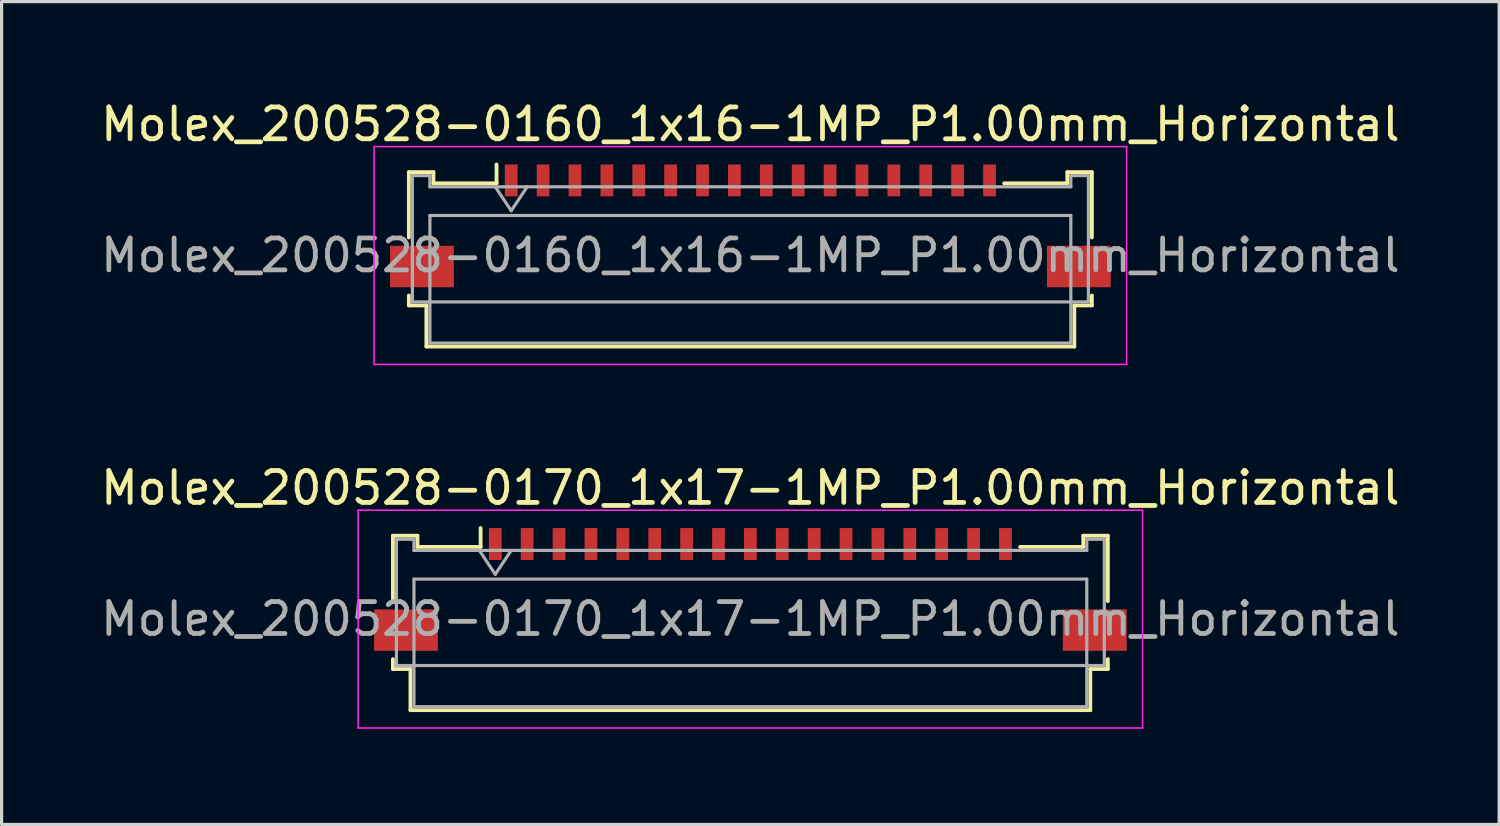
<source format=kicad_pcb>
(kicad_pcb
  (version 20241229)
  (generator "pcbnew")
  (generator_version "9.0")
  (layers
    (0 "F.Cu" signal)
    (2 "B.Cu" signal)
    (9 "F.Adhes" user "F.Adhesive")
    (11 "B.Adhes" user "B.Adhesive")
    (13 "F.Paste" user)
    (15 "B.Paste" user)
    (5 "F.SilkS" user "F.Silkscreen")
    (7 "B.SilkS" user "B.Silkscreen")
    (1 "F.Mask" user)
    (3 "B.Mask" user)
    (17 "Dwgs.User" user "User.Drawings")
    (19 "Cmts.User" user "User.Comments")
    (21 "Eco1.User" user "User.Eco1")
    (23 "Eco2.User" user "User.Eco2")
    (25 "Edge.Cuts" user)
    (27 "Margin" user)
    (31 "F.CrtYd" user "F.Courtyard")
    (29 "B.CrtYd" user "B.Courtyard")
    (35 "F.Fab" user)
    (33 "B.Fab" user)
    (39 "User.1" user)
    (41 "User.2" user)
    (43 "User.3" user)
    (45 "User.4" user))
  (footprint "Molex_200528-0170_1x17-1MP_P1.00mm_Horizontal"
    (layer "F.Cu")
    (at 20.482 14.921)
    (property "Reference" "Molex_200528-0170_1x17-1MP_P1.00mm_Horizontal" (at 0 -2.67 0) (layer "F.SilkS") (effects (font (size 1 1) (thickness 0.15))))
    (attr smd)
    (fp_line (start -11.21 -1.17) (end -11.21 0.88) (stroke (width 0.12) (type solid)) (layer "F.SilkS"))
    (fp_line (start -11.21 2.7) (end -11.21 3.01) (stroke (width 0.12) (type solid)) (layer "F.SilkS"))
    (fp_line (start -11.21 3.01) (end -10.66 3.01) (stroke (width 0.12) (type solid)) (layer "F.SilkS"))
    (fp_line (start -10.66 3.01) (end -10.66 4.3) (stroke (width 0.12) (type solid)) (layer "F.SilkS"))
    (fp_line (start -10.66 4.3) (end 10.66 4.3) (stroke (width 0.12) (type solid)) (layer "F.SilkS"))
    (fp_line (start -10.44 -1.17) (end -11.21 -1.17) (stroke (width 0.12) (type solid)) (layer "F.SilkS"))
    (fp_line (start -10.44 -0.82) (end -10.44 -1.17) (stroke (width 0.12) (type solid)) (layer "F.SilkS"))
    (fp_line (start -8.46 -1.41) (end -8.46 -0.82) (stroke (width 0.12) (type solid)) (layer "F.SilkS"))
    (fp_line (start -8.46 -0.82) (end -10.44 -0.82) (stroke (width 0.12) (type solid)) (layer "F.SilkS"))
    (fp_line (start 10.44 -1.17) (end 10.44 -0.82) (stroke (width 0.12) (type solid)) (layer "F.SilkS"))
    (fp_line (start 10.44 -0.82) (end 8.46 -0.82) (stroke (width 0.12) (type solid)) (layer "F.SilkS"))
    (fp_line (start 10.66 3.01) (end 11.21 3.01) (stroke (width 0.12) (type solid)) (layer "F.SilkS"))
    (fp_line (start 10.66 4.3) (end 10.66 3.01) (stroke (width 0.12) (type solid)) (layer "F.SilkS"))
    (fp_line (start 11.21 -1.17) (end 10.44 -1.17) (stroke (width 0.12) (type solid)) (layer "F.SilkS"))
    (fp_line (start 11.21 0.88) (end 11.21 -1.17) (stroke (width 0.12) (type solid)) (layer "F.SilkS"))
    (fp_line (start 11.21 3.01) (end 11.21 2.7) (stroke (width 0.12) (type solid)) (layer "F.SilkS"))
    (fp_line (start -12.3 -1.97) (end -12.3 4.86) (stroke (width 0.05) (type solid)) (layer "F.CrtYd"))
    (fp_line (start -12.3 4.86) (end 12.3 4.86) (stroke (width 0.05) (type solid)) (layer "F.CrtYd"))
    (fp_line (start 12.3 -1.97) (end -12.3 -1.97) (stroke (width 0.05) (type solid)) (layer "F.CrtYd"))
    (fp_line (start 12.3 4.86) (end 12.3 -1.97) (stroke (width 0.05) (type solid)) (layer "F.CrtYd"))
    (fp_line (start -11.1 -1.06) (end -11.1 2.9) (stroke (width 0.1) (type solid)) (layer "F.Fab"))
    (fp_line (start -11.1 2.9) (end 11.1 2.9) (stroke (width 0.1) (type solid)) (layer "F.Fab"))
    (fp_line (start -10.55 -1.06) (end -11.1 -1.06) (stroke (width 0.1) (type solid)) (layer "F.Fab"))
    (fp_line (start -10.55 -0.71) (end -10.55 -1.06) (stroke (width 0.1) (type solid)) (layer "F.Fab"))
    (fp_line (start -10.55 0.19) (end -10.55 4.19) (stroke (width 0.1) (type solid)) (layer "F.Fab"))
    (fp_line (start -10.55 4.19) (end 10.55 4.19) (stroke (width 0.1) (type solid)) (layer "F.Fab"))
    (fp_line (start -8.5 -0.71) (end -8 0.04) (stroke (width 0.1) (type solid)) (layer "F.Fab"))
    (fp_line (start -8 0.04) (end -7.5 -0.71) (stroke (width 0.1) (type solid)) (layer "F.Fab"))
    (fp_line (start 10.55 -1.06) (end 10.55 -0.71) (stroke (width 0.1) (type solid)) (layer "F.Fab"))
    (fp_line (start 10.55 -0.71) (end -10.55 -0.71) (stroke (width 0.1) (type solid)) (layer "F.Fab"))
    (fp_line (start 10.55 0.19) (end -10.55 0.19) (stroke (width 0.1) (type solid)) (layer "F.Fab"))
    (fp_line (start 10.55 4.19) (end 10.55 0.19) (stroke (width 0.1) (type solid)) (layer "F.Fab"))
    (fp_line (start 11.1 -1.06) (end 10.55 -1.06) (stroke (width 0.1) (type solid)) (layer "F.Fab"))
    (fp_line (start 11.1 2.9) (end 11.1 -1.06) (stroke (width 0.1) (type solid)) (layer "F.Fab"))
    (fp_text user "${REFERENCE}" (at 0 1.44 0) (layer "F.Fab") (effects (font (size 1 1) (thickness 0.15))))
    (pad "1" smd rect (at -8 -0.91) (size 0.4 1) (layers "F.Cu" "F.Mask" "F.Paste"))
    (pad "2" smd rect (at -7 -0.91) (size 0.4 1) (layers "F.Cu" "F.Mask" "F.Paste"))
    (pad "3" smd rect (at -6 -0.91) (size 0.4 1) (layers "F.Cu" "F.Mask" "F.Paste"))
    (pad "4" smd rect (at -5 -0.91) (size 0.4 1) (layers "F.Cu" "F.Mask" "F.Paste"))
    (pad "5" smd rect (at -4 -0.91) (size 0.4 1) (layers "F.Cu" "F.Mask" "F.Paste"))
    (pad "6" smd rect (at -3 -0.91) (size 0.4 1) (layers "F.Cu" "F.Mask" "F.Paste"))
    (pad "7" smd rect (at -2 -0.91) (size 0.4 1) (layers "F.Cu" "F.Mask" "F.Paste"))
    (pad "8" smd rect (at -1 -0.91) (size 0.4 1) (layers "F.Cu" "F.Mask" "F.Paste"))
    (pad "9" smd rect (at 0 -0.91) (size 0.4 1) (layers "F.Cu" "F.Mask" "F.Paste"))
    (pad "10" smd rect (at 1 -0.91) (size 0.4 1) (layers "F.Cu" "F.Mask" "F.Paste"))
    (pad "11" smd rect (at 2 -0.91) (size 0.4 1) (layers "F.Cu" "F.Mask" "F.Paste"))
    (pad "12" smd rect (at 3 -0.91) (size 0.4 1) (layers "F.Cu" "F.Mask" "F.Paste"))
    (pad "13" smd rect (at 4 -0.91) (size 0.4 1) (layers "F.Cu" "F.Mask" "F.Paste"))
    (pad "14" smd rect (at 5 -0.91) (size 0.4 1) (layers "F.Cu" "F.Mask" "F.Paste"))
    (pad "15" smd rect (at 6 -0.91) (size 0.4 1) (layers "F.Cu" "F.Mask" "F.Paste"))
    (pad "16" smd rect (at 7 -0.91) (size 0.4 1) (layers "F.Cu" "F.Mask" "F.Paste"))
    (pad "17" smd rect (at 8 -0.91) (size 0.4 1) (layers "F.Cu" "F.Mask" "F.Paste"))
    (pad "MP" smd rect (at -10.8 1.79) (size 2 1.3) (layers "F.Cu" "F.Mask" "F.Paste"))
    (pad "MP" smd rect (at 10.8 1.79) (size 2 1.3) (layers "F.Cu" "F.Mask" "F.Paste")))
  (footprint "Molex_200528-0160_1x16-1MP_P1.00mm_Horizontal"
    (layer "F.Cu")
    (at 20.482 3.518)
    (property "Reference" "Molex_200528-0160_1x16-1MP_P1.00mm_Horizontal" (at 0 -2.67 0) (layer "F.SilkS") (effects (font (size 1 1) (thickness 0.15))))
    (attr smd)
    (fp_line (start -10.71 -1.17) (end -10.71 0.88) (stroke (width 0.12) (type solid)) (layer "F.SilkS"))
    (fp_line (start -10.71 2.7) (end -10.71 3.01) (stroke (width 0.12) (type solid)) (layer "F.SilkS"))
    (fp_line (start -10.71 3.01) (end -10.16 3.01) (stroke (width 0.12) (type solid)) (layer "F.SilkS"))
    (fp_line (start -10.16 3.01) (end -10.16 4.3) (stroke (width 0.12) (type solid)) (layer "F.SilkS"))
    (fp_line (start -10.16 4.3) (end 10.16 4.3) (stroke (width 0.12) (type solid)) (layer "F.SilkS"))
    (fp_line (start -9.94 -1.17) (end -10.71 -1.17) (stroke (width 0.12) (type solid)) (layer "F.SilkS"))
    (fp_line (start -9.94 -0.82) (end -9.94 -1.17) (stroke (width 0.12) (type solid)) (layer "F.SilkS"))
    (fp_line (start -7.96 -1.41) (end -7.96 -0.82) (stroke (width 0.12) (type solid)) (layer "F.SilkS"))
    (fp_line (start -7.96 -0.82) (end -9.94 -0.82) (stroke (width 0.12) (type solid)) (layer "F.SilkS"))
    (fp_line (start 9.94 -1.17) (end 9.94 -0.82) (stroke (width 0.12) (type solid)) (layer "F.SilkS"))
    (fp_line (start 9.94 -0.82) (end 7.96 -0.82) (stroke (width 0.12) (type solid)) (layer "F.SilkS"))
    (fp_line (start 10.16 3.01) (end 10.71 3.01) (stroke (width 0.12) (type solid)) (layer "F.SilkS"))
    (fp_line (start 10.16 4.3) (end 10.16 3.01) (stroke (width 0.12) (type solid)) (layer "F.SilkS"))
    (fp_line (start 10.71 -1.17) (end 9.94 -1.17) (stroke (width 0.12) (type solid)) (layer "F.SilkS"))
    (fp_line (start 10.71 0.88) (end 10.71 -1.17) (stroke (width 0.12) (type solid)) (layer "F.SilkS"))
    (fp_line (start 10.71 3.01) (end 10.71 2.7) (stroke (width 0.12) (type solid)) (layer "F.SilkS"))
    (fp_line (start -11.8 -1.97) (end -11.8 4.86) (stroke (width 0.05) (type solid)) (layer "F.CrtYd"))
    (fp_line (start -11.8 4.86) (end 11.8 4.86) (stroke (width 0.05) (type solid)) (layer "F.CrtYd"))
    (fp_line (start 11.8 -1.97) (end -11.8 -1.97) (stroke (width 0.05) (type solid)) (layer "F.CrtYd"))
    (fp_line (start 11.8 4.86) (end 11.8 -1.97) (stroke (width 0.05) (type solid)) (layer "F.CrtYd"))
    (fp_line (start -10.6 -1.06) (end -10.6 2.9) (stroke (width 0.1) (type solid)) (layer "F.Fab"))
    (fp_line (start -10.6 2.9) (end 10.6 2.9) (stroke (width 0.1) (type solid)) (layer "F.Fab"))
    (fp_line (start -10.05 -1.06) (end -10.6 -1.06) (stroke (width 0.1) (type solid)) (layer "F.Fab"))
    (fp_line (start -10.05 -0.71) (end -10.05 -1.06) (stroke (width 0.1) (type solid)) (layer "F.Fab"))
    (fp_line (start -10.05 0.19) (end -10.05 4.19) (stroke (width 0.1) (type solid)) (layer "F.Fab"))
    (fp_line (start -10.05 4.19) (end 10.05 4.19) (stroke (width 0.1) (type solid)) (layer "F.Fab"))
    (fp_line (start -8 -0.71) (end -7.5 0.04) (stroke (width 0.1) (type solid)) (layer "F.Fab"))
    (fp_line (start -7.5 0.04) (end -7 -0.71) (stroke (width 0.1) (type solid)) (layer "F.Fab"))
    (fp_line (start 10.05 -1.06) (end 10.05 -0.71) (stroke (width 0.1) (type solid)) (layer "F.Fab"))
    (fp_line (start 10.05 -0.71) (end -10.05 -0.71) (stroke (width 0.1) (type solid)) (layer "F.Fab"))
    (fp_line (start 10.05 0.19) (end -10.05 0.19) (stroke (width 0.1) (type solid)) (layer "F.Fab"))
    (fp_line (start 10.05 4.19) (end 10.05 0.19) (stroke (width 0.1) (type solid)) (layer "F.Fab"))
    (fp_line (start 10.6 -1.06) (end 10.05 -1.06) (stroke (width 0.1) (type solid)) (layer "F.Fab"))
    (fp_line (start 10.6 2.9) (end 10.6 -1.06) (stroke (width 0.1) (type solid)) (layer "F.Fab"))
    (fp_text user "${REFERENCE}" (at 0 1.44 0) (layer "F.Fab") (effects (font (size 1 1) (thickness 0.15))))
    (pad "1" smd rect (at -7.5 -0.91) (size 0.4 1) (layers "F.Cu" "F.Mask" "F.Paste"))
    (pad "2" smd rect (at -6.5 -0.91) (size 0.4 1) (layers "F.Cu" "F.Mask" "F.Paste"))
    (pad "3" smd rect (at -5.5 -0.91) (size 0.4 1) (layers "F.Cu" "F.Mask" "F.Paste"))
    (pad "4" smd rect (at -4.5 -0.91) (size 0.4 1) (layers "F.Cu" "F.Mask" "F.Paste"))
    (pad "5" smd rect (at -3.5 -0.91) (size 0.4 1) (layers "F.Cu" "F.Mask" "F.Paste"))
    (pad "6" smd rect (at -2.5 -0.91) (size 0.4 1) (layers "F.Cu" "F.Mask" "F.Paste"))
    (pad "7" smd rect (at -1.5 -0.91) (size 0.4 1) (layers "F.Cu" "F.Mask" "F.Paste"))
    (pad "8" smd rect (at -0.5 -0.91) (size 0.4 1) (layers "F.Cu" "F.Mask" "F.Paste"))
    (pad "9" smd rect (at 0.5 -0.91) (size 0.4 1) (layers "F.Cu" "F.Mask" "F.Paste"))
    (pad "10" smd rect (at 1.5 -0.91) (size 0.4 1) (layers "F.Cu" "F.Mask" "F.Paste"))
    (pad "11" smd rect (at 2.5 -0.91) (size 0.4 1) (layers "F.Cu" "F.Mask" "F.Paste"))
    (pad "12" smd rect (at 3.5 -0.91) (size 0.4 1) (layers "F.Cu" "F.Mask" "F.Paste"))
    (pad "13" smd rect (at 4.5 -0.91) (size 0.4 1) (layers "F.Cu" "F.Mask" "F.Paste"))
    (pad "14" smd rect (at 5.5 -0.91) (size 0.4 1) (layers "F.Cu" "F.Mask" "F.Paste"))
    (pad "15" smd rect (at 6.5 -0.91) (size 0.4 1) (layers "F.Cu" "F.Mask" "F.Paste"))
    (pad "16" smd rect (at 7.5 -0.91) (size 0.4 1) (layers "F.Cu" "F.Mask" "F.Paste"))
    (pad "MP" smd rect (at -10.3 1.79) (size 2 1.3) (layers "F.Cu" "F.Mask" "F.Paste"))
    (pad "MP" smd rect (at 10.3 1.79) (size 2 1.3) (layers "F.Cu" "F.Mask" "F.Paste")))
  (gr_rect
    (start -3 -3)
    (end 43.964 22.806)
    (stroke (width 0.1) (type default))
    (fill no)
    (layer "Edge.Cuts")))
</source>
